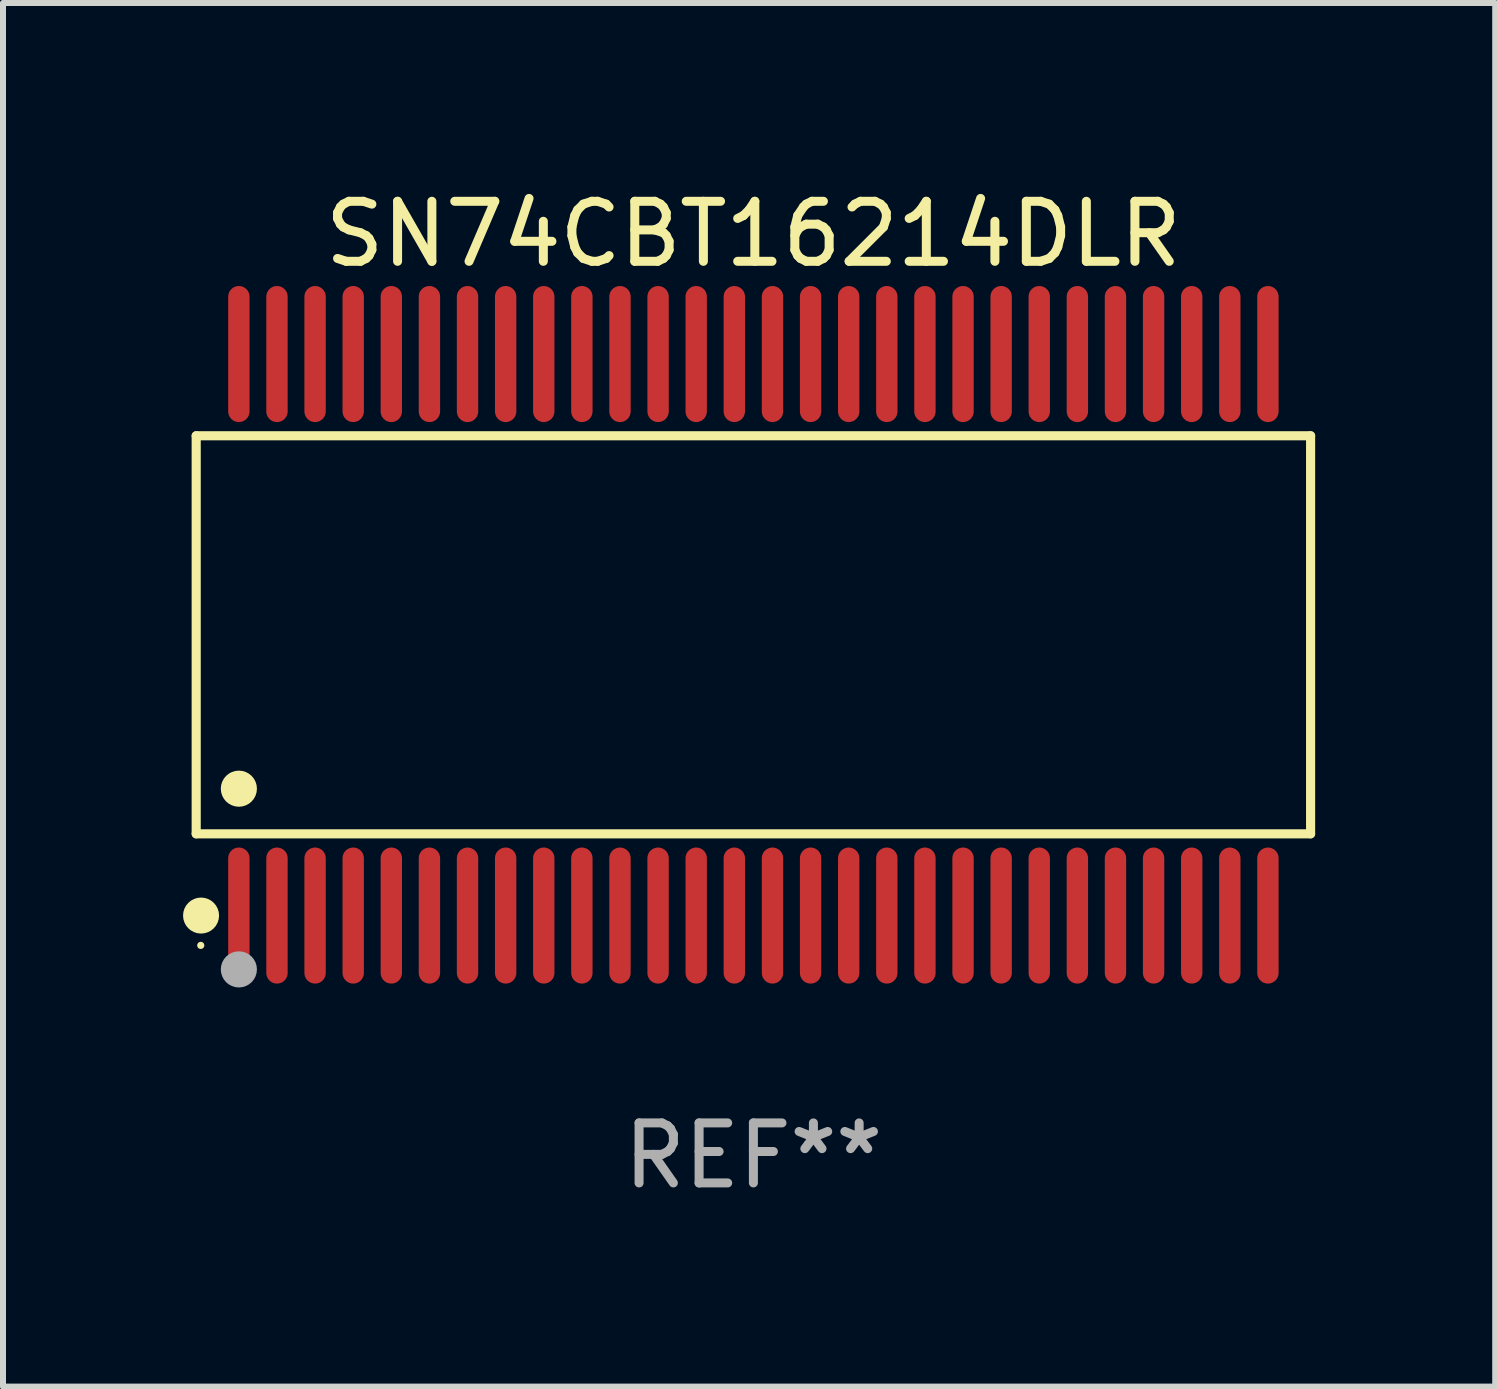
<source format=kicad_pcb>
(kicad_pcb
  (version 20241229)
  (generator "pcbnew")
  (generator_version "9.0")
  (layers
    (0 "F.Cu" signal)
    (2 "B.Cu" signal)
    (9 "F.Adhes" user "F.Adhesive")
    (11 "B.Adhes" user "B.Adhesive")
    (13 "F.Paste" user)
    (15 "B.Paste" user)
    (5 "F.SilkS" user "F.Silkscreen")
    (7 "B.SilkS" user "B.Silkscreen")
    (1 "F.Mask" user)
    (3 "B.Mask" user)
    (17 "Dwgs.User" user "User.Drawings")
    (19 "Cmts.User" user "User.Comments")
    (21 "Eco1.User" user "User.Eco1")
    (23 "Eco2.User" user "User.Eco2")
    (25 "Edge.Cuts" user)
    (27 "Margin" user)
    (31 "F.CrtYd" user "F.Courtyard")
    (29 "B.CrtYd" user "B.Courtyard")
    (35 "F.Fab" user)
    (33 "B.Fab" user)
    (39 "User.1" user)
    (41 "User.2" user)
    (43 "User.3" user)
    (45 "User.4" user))
  (footprint "SN74CBT16214DLR"
    (layer "F.Cu")
    (at 9.503 7.527)
    (property "Reference" "SN74CBT16214DLR" (at 0 -6.678 0) (layer "F.SilkS") (effects (font (size 1 1) (thickness 0.15))))
    (attr through_hole)
    (fp_line (start -9.284 -3.316) (end 9.284 -3.316) (stroke (width 0.152) (type solid)) (layer "F.SilkS"))
    (fp_line (start -9.284 3.316) (end -9.284 -3.316) (stroke (width 0.152) (type solid)) (layer "F.SilkS"))
    (fp_line (start 9.284 -3.316) (end 9.284 3.316) (stroke (width 0.152) (type solid)) (layer "F.SilkS"))
    (fp_line (start 9.284 3.316) (end -9.284 3.316) (stroke (width 0.152) (type solid)) (layer "F.SilkS"))
    (fp_circle (center -9.208 5.175) (end -9.178 5.175) (stroke (width 0.06) (type solid)) (fill no) (layer "F.SilkS"))
    (fp_circle (center -9.203 4.678) (end -9.053 4.678) (stroke (width 0.3) (type solid)) (fill no) (layer "F.SilkS"))
    (fp_circle (center -8.573 2.564) (end -8.422 2.564) (stroke (width 0.3) (type solid)) (fill no) (layer "F.SilkS"))
    (fp_circle (center -8.573 5.575) (end -8.422 5.575) (stroke (width 0.3) (type solid)) (fill no) (layer "F.Fab"))
    (fp_text user "REF**" (at 0 8.678 0) (layer "F.Fab") (effects (font (size 1 1) (thickness 0.15))))
    (pad "1" smd oval (at -8.573 4.678) (size 0.356 2.267) (layers "F.Cu" "F.Mask" "F.Paste"))
    (pad "2" smd oval (at -7.938 4.678) (size 0.356 2.267) (layers "F.Cu" "F.Mask" "F.Paste"))
    (pad "3" smd oval (at -7.303 4.678) (size 0.356 2.267) (layers "F.Cu" "F.Mask" "F.Paste"))
    (pad "4" smd oval (at -6.668 4.678) (size 0.356 2.267) (layers "F.Cu" "F.Mask" "F.Paste"))
    (pad "5" smd oval (at -6.033 4.678) (size 0.356 2.267) (layers "F.Cu" "F.Mask" "F.Paste"))
    (pad "6" smd oval (at -5.398 4.678) (size 0.356 2.267) (layers "F.Cu" "F.Mask" "F.Paste"))
    (pad "7" smd oval (at -4.763 4.678) (size 0.356 2.267) (layers "F.Cu" "F.Mask" "F.Paste"))
    (pad "8" smd oval (at -4.128 4.678) (size 0.356 2.267) (layers "F.Cu" "F.Mask" "F.Paste"))
    (pad "9" smd oval (at -3.493 4.678) (size 0.356 2.267) (layers "F.Cu" "F.Mask" "F.Paste"))
    (pad "10" smd oval (at -2.858 4.678) (size 0.356 2.267) (layers "F.Cu" "F.Mask" "F.Paste"))
    (pad "11" smd oval (at -2.223 4.678) (size 0.356 2.267) (layers "F.Cu" "F.Mask" "F.Paste"))
    (pad "12" smd oval (at -1.588 4.678) (size 0.356 2.267) (layers "F.Cu" "F.Mask" "F.Paste"))
    (pad "13" smd oval (at -0.953 4.678) (size 0.356 2.267) (layers "F.Cu" "F.Mask" "F.Paste"))
    (pad "14" smd oval (at -0.318 4.678) (size 0.356 2.267) (layers "F.Cu" "F.Mask" "F.Paste"))
    (pad "15" smd oval (at 0.318 4.678) (size 0.356 2.267) (layers "F.Cu" "F.Mask" "F.Paste"))
    (pad "16" smd oval (at 0.953 4.678) (size 0.356 2.267) (layers "F.Cu" "F.Mask" "F.Paste"))
    (pad "17" smd oval (at 1.588 4.678) (size 0.356 2.267) (layers "F.Cu" "F.Mask" "F.Paste"))
    (pad "18" smd oval (at 2.223 4.678) (size 0.356 2.267) (layers "F.Cu" "F.Mask" "F.Paste"))
    (pad "19" smd oval (at 2.858 4.678) (size 0.356 2.267) (layers "F.Cu" "F.Mask" "F.Paste"))
    (pad "20" smd oval (at 3.493 4.678) (size 0.356 2.267) (layers "F.Cu" "F.Mask" "F.Paste"))
    (pad "21" smd oval (at 4.128 4.678) (size 0.356 2.267) (layers "F.Cu" "F.Mask" "F.Paste"))
    (pad "22" smd oval (at 4.763 4.678) (size 0.356 2.267) (layers "F.Cu" "F.Mask" "F.Paste"))
    (pad "23" smd oval (at 5.398 4.678) (size 0.356 2.267) (layers "F.Cu" "F.Mask" "F.Paste"))
    (pad "24" smd oval (at 6.033 4.678) (size 0.356 2.267) (layers "F.Cu" "F.Mask" "F.Paste"))
    (pad "25" smd oval (at 6.668 4.678) (size 0.356 2.267) (layers "F.Cu" "F.Mask" "F.Paste"))
    (pad "26" smd oval (at 7.303 4.678) (size 0.356 2.267) (layers "F.Cu" "F.Mask" "F.Paste"))
    (pad "27" smd oval (at 7.938 4.678) (size 0.356 2.267) (layers "F.Cu" "F.Mask" "F.Paste"))
    (pad "28" smd oval (at 8.573 4.678) (size 0.356 2.267) (layers "F.Cu" "F.Mask" "F.Paste"))
    (pad "29" smd oval (at 8.573 -4.678) (size 0.356 2.267) (layers "F.Cu" "F.Mask" "F.Paste"))
    (pad "30" smd oval (at 7.938 -4.678) (size 0.356 2.267) (layers "F.Cu" "F.Mask" "F.Paste"))
    (pad "31" smd oval (at 7.303 -4.678) (size 0.356 2.267) (layers "F.Cu" "F.Mask" "F.Paste"))
    (pad "32" smd oval (at 6.668 -4.678) (size 0.356 2.267) (layers "F.Cu" "F.Mask" "F.Paste"))
    (pad "33" smd oval (at 6.033 -4.678) (size 0.356 2.267) (layers "F.Cu" "F.Mask" "F.Paste"))
    (pad "34" smd oval (at 5.398 -4.678) (size 0.356 2.267) (layers "F.Cu" "F.Mask" "F.Paste"))
    (pad "35" smd oval (at 4.763 -4.678) (size 0.356 2.267) (layers "F.Cu" "F.Mask" "F.Paste"))
    (pad "36" smd oval (at 4.128 -4.678) (size 0.356 2.267) (layers "F.Cu" "F.Mask" "F.Paste"))
    (pad "37" smd oval (at 3.493 -4.678) (size 0.356 2.267) (layers "F.Cu" "F.Mask" "F.Paste"))
    (pad "38" smd oval (at 2.858 -4.678) (size 0.356 2.267) (layers "F.Cu" "F.Mask" "F.Paste"))
    (pad "39" smd oval (at 2.223 -4.678) (size 0.356 2.267) (layers "F.Cu" "F.Mask" "F.Paste"))
    (pad "40" smd oval (at 1.588 -4.678) (size 0.356 2.267) (layers "F.Cu" "F.Mask" "F.Paste"))
    (pad "41" smd oval (at 0.953 -4.678) (size 0.356 2.267) (layers "F.Cu" "F.Mask" "F.Paste"))
    (pad "42" smd oval (at 0.318 -4.678) (size 0.356 2.267) (layers "F.Cu" "F.Mask" "F.Paste"))
    (pad "43" smd oval (at -0.318 -4.678) (size 0.356 2.267) (layers "F.Cu" "F.Mask" "F.Paste"))
    (pad "44" smd oval (at -0.953 -4.678) (size 0.356 2.267) (layers "F.Cu" "F.Mask" "F.Paste"))
    (pad "45" smd oval (at -1.588 -4.678) (size 0.356 2.267) (layers "F.Cu" "F.Mask" "F.Paste"))
    (pad "46" smd oval (at -2.223 -4.678) (size 0.356 2.267) (layers "F.Cu" "F.Mask" "F.Paste"))
    (pad "47" smd oval (at -2.858 -4.678) (size 0.356 2.267) (layers "F.Cu" "F.Mask" "F.Paste"))
    (pad "48" smd oval (at -3.493 -4.678) (size 0.356 2.267) (layers "F.Cu" "F.Mask" "F.Paste"))
    (pad "49" smd oval (at -4.128 -4.678) (size 0.356 2.267) (layers "F.Cu" "F.Mask" "F.Paste"))
    (pad "50" smd oval (at -4.763 -4.678) (size 0.356 2.267) (layers "F.Cu" "F.Mask" "F.Paste"))
    (pad "51" smd oval (at -5.398 -4.678) (size 0.356 2.267) (layers "F.Cu" "F.Mask" "F.Paste"))
    (pad "52" smd oval (at -6.033 -4.678) (size 0.356 2.267) (layers "F.Cu" "F.Mask" "F.Paste"))
    (pad "53" smd oval (at -6.668 -4.678) (size 0.356 2.267) (layers "F.Cu" "F.Mask" "F.Paste"))
    (pad "54" smd oval (at -7.303 -4.678) (size 0.356 2.267) (layers "F.Cu" "F.Mask" "F.Paste"))
    (pad "55" smd oval (at -7.938 -4.678) (size 0.356 2.267) (layers "F.Cu" "F.Mask" "F.Paste"))
    (pad "56" smd oval (at -8.573 -4.678) (size 0.356 2.267) (layers "F.Cu" "F.Mask" "F.Paste")))
  (gr_rect
    (start -3 -3)
    (end 21.863 20.053)
    (stroke (width 0.1) (type default))
    (fill no)
    (layer "Edge.Cuts")))
</source>
